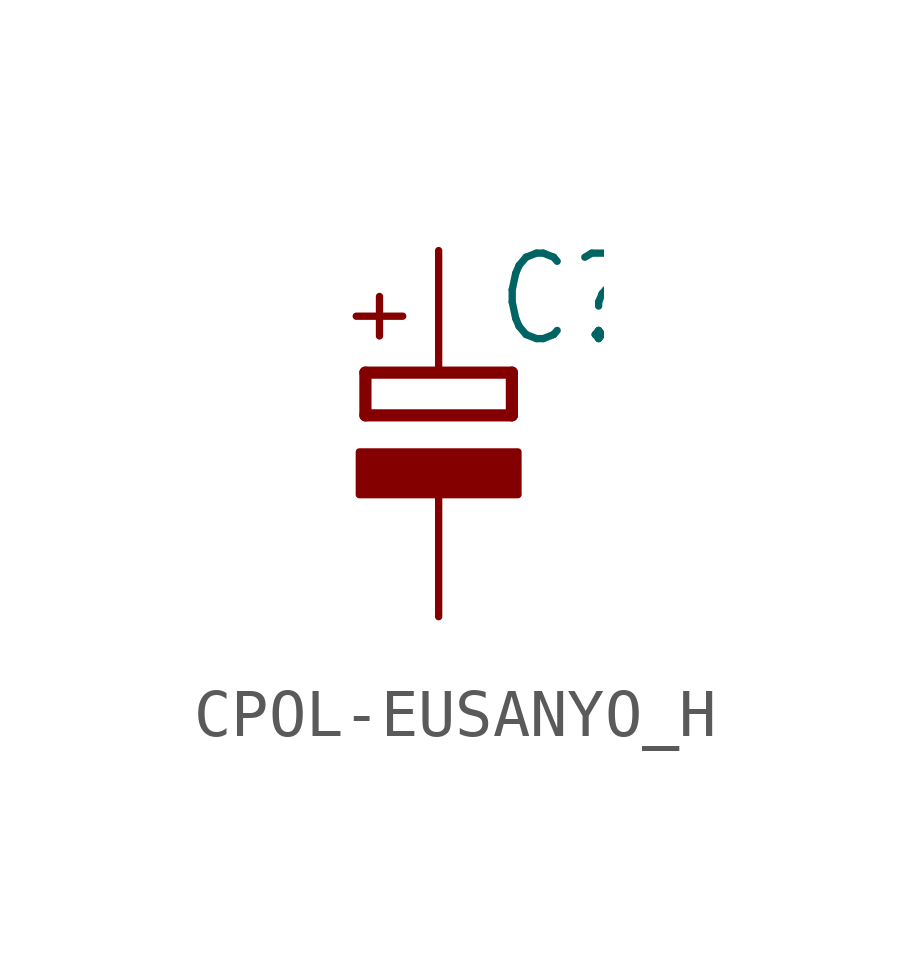
<source format=kicad_sym>
(kicad_symbol_lib
  (version 20231120)
  (generator "kicad_symbol_editor")
  (generator_version "8.0")
  (symbol "CPOL-EUSANYO_H"
    (property "Reference" "C"
      (at 1.143 0.483 0)
      (effects (font (size 1.778 1.511)) (justify left bottom)))
    (property "Value" ""
      (at 1.143 -4.597 0)
      (effects (font (size 1.778 1.511)) (justify left bottom)))
    (property "ki_locked" ""
      (at 0 0 0)
      (effects (font (size 1.27 1.27))))
    (symbol "CPOL-EUSANYO_H_1_0"
      (rectangle (start -1.651 -2.54) (end 1.651 -1.651) (stroke (width 0) (type default)) (fill (type outline)))
      (polyline (pts (xy -1.524 -0.889) (xy 1.524 -0.889)) (stroke (width 0.254) (type solid)) (fill (type none)))
      (polyline (pts (xy -1.524 0) (xy -1.524 -0.889)) (stroke (width 0.254) (type solid)) (fill (type none)))
      (polyline (pts (xy -1.524 0) (xy 1.524 0)) (stroke (width 0.254) (type solid)) (fill (type none)))
      (polyline (pts (xy 1.524 -0.889) (xy 1.524 0)) (stroke (width 0.254) (type solid)) (fill (type none)))
      (text "+" (at -0.584 0.406 900) (effects (font (size 1.27 1.079)) (justify left bottom)))
      (pin passive line (at 0 2.54 270) (length 2.54) (name "+" (effects (font (size 0 0)))) (number "+" (effects (font (size 0 0)))))
      (pin passive line (at 0 -5.08 90) (length 2.54) (name "-" (effects (font (size 0 0)))) (number "-" (effects (font (size 0 0))))))))
</source>
